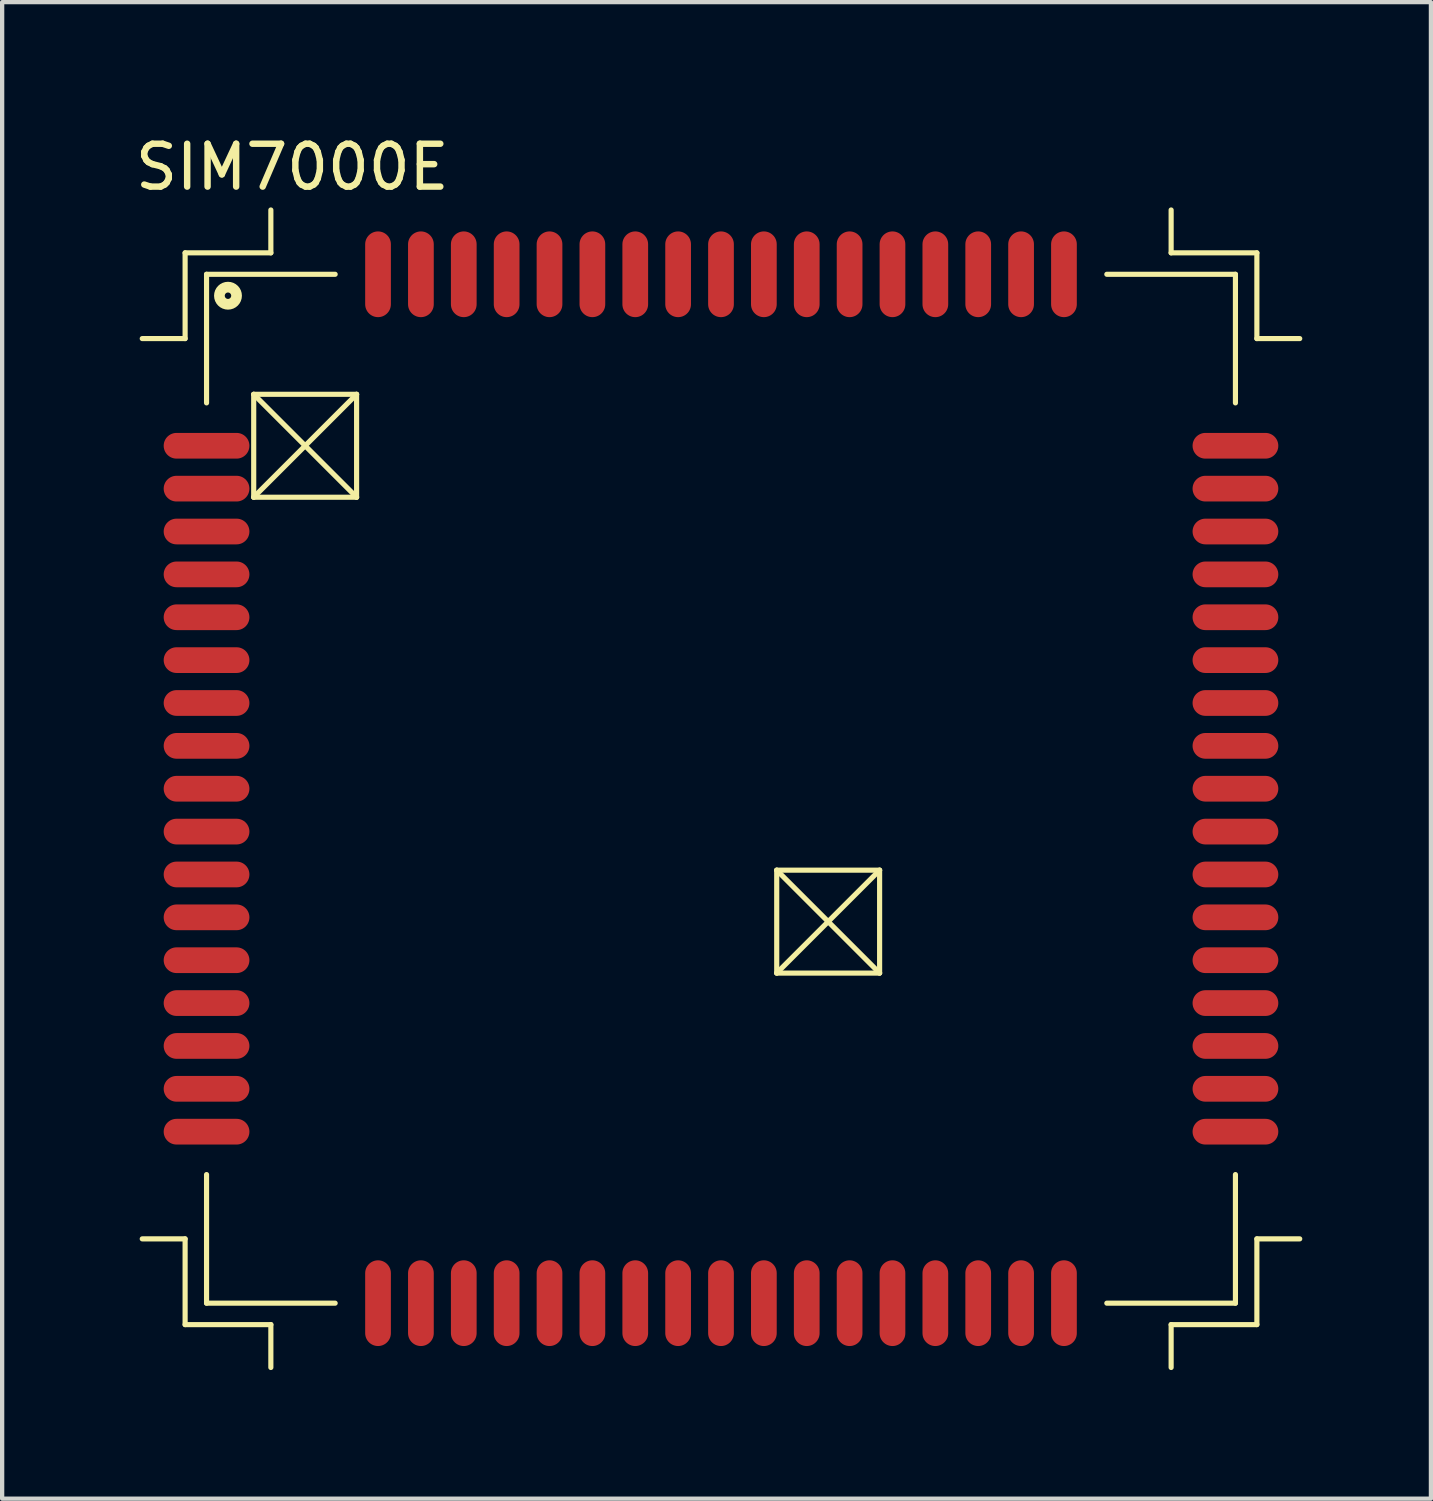
<source format=kicad_pcb>
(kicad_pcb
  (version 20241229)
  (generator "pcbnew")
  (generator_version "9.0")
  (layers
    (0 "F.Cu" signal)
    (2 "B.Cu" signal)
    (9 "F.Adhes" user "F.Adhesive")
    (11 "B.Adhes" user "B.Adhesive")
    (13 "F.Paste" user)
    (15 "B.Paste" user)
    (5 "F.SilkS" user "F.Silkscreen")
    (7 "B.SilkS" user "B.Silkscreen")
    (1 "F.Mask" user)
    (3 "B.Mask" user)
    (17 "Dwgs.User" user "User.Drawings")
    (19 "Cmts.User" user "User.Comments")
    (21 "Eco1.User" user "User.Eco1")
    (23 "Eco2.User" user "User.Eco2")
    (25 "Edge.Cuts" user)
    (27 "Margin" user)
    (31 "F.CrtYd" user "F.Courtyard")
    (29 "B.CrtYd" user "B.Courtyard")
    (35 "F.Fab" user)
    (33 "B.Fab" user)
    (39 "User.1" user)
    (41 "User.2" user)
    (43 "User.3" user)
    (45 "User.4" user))
  (footprint "SIM7000E"
    (layer "F.Cu")
    (at 13.768 15.348)
    (property "Reference" "SIM7000E" (at -10 -14.5 0) (layer "F.SilkS") (effects (font (size 1 1) (thickness 0.15))))
    (attr through_hole)
    (fp_line (start -12.5 -12.5) (end -12.5 -10.5) (stroke (width 0.12) (type solid)) (layer "F.SilkS"))
    (fp_line (start -12.5 -12.5) (end -10.5 -12.5) (stroke (width 0.12) (type solid)) (layer "F.SilkS"))
    (fp_line (start -12.5 -10.5) (end -13.5 -10.5) (stroke (width 0.12) (type solid)) (layer "F.SilkS"))
    (fp_line (start -12.5 10.5) (end -13.5 10.5) (stroke (width 0.12) (type solid)) (layer "F.SilkS"))
    (fp_line (start -12.5 12.5) (end -12.5 10.5) (stroke (width 0.12) (type solid)) (layer "F.SilkS"))
    (fp_line (start -12 -12) (end -12 -9) (stroke (width 0.12) (type solid)) (layer "F.SilkS"))
    (fp_line (start -12 -12) (end -9 -12) (stroke (width 0.12) (type solid)) (layer "F.SilkS"))
    (fp_line (start -12 9) (end -12 12) (stroke (width 0.12) (type solid)) (layer "F.SilkS"))
    (fp_line (start -12 12) (end -9 12) (stroke (width 0.12) (type solid)) (layer "F.SilkS"))
    (fp_line (start -10.9 -9.2) (end -10.9 -6.8) (stroke (width 0.12) (type solid)) (layer "F.SilkS"))
    (fp_line (start -10.9 -9.2) (end -8.5 -9.2) (stroke (width 0.12) (type solid)) (layer "F.SilkS"))
    (fp_line (start -10.9 -9.2) (end -8.5 -6.8) (stroke (width 0.12) (type solid)) (layer "F.SilkS"))
    (fp_line (start -10.9 -6.8) (end -8.5 -9.2) (stroke (width 0.12) (type solid)) (layer "F.SilkS"))
    (fp_line (start -10.9 -6.8) (end -8.5 -6.8) (stroke (width 0.12) (type solid)) (layer "F.SilkS"))
    (fp_line (start -10.5 -12.5) (end -10.5 -13.5) (stroke (width 0.12) (type solid)) (layer "F.SilkS"))
    (fp_line (start -10.5 12.5) (end -12.5 12.5) (stroke (width 0.12) (type solid)) (layer "F.SilkS"))
    (fp_line (start -10.5 12.5) (end -10.5 13.5) (stroke (width 0.12) (type solid)) (layer "F.SilkS"))
    (fp_line (start -8.5 -6.8) (end -8.5 -9.2) (stroke (width 0.12) (type solid)) (layer "F.SilkS"))
    (fp_line (start 1.3 1.9) (end 1.3 4.3) (stroke (width 0.12) (type solid)) (layer "F.SilkS"))
    (fp_line (start 1.3 1.9) (end 3.7 1.9) (stroke (width 0.12) (type solid)) (layer "F.SilkS"))
    (fp_line (start 1.3 1.9) (end 3.7 4.3) (stroke (width 0.12) (type solid)) (layer "F.SilkS"))
    (fp_line (start 1.3 4.3) (end 3.7 1.9) (stroke (width 0.12) (type solid)) (layer "F.SilkS"))
    (fp_line (start 1.3 4.3) (end 3.7 4.3) (stroke (width 0.12) (type solid)) (layer "F.SilkS"))
    (fp_line (start 3.7 4.3) (end 3.7 1.9) (stroke (width 0.12) (type solid)) (layer "F.SilkS"))
    (fp_line (start 9 -12) (end 12 -12) (stroke (width 0.12) (type solid)) (layer "F.SilkS"))
    (fp_line (start 9 12) (end 12 12) (stroke (width 0.12) (type solid)) (layer "F.SilkS"))
    (fp_line (start 10.5 -12.5) (end 10.5 -13.5) (stroke (width 0.12) (type solid)) (layer "F.SilkS"))
    (fp_line (start 10.5 -12.5) (end 12.5 -12.5) (stroke (width 0.12) (type solid)) (layer "F.SilkS"))
    (fp_line (start 10.5 12.5) (end 10.5 13.5) (stroke (width 0.12) (type solid)) (layer "F.SilkS"))
    (fp_line (start 12 -12) (end 12 -9) (stroke (width 0.12) (type solid)) (layer "F.SilkS"))
    (fp_line (start 12 12) (end 12 9) (stroke (width 0.12) (type solid)) (layer "F.SilkS"))
    (fp_line (start 12.5 -12.5) (end 12.5 -10.5) (stroke (width 0.12) (type solid)) (layer "F.SilkS"))
    (fp_line (start 12.5 -10.5) (end 13.5 -10.5) (stroke (width 0.12) (type solid)) (layer "F.SilkS"))
    (fp_line (start 12.5 10.5) (end 12.5 12.5) (stroke (width 0.12) (type solid)) (layer "F.SilkS"))
    (fp_line (start 12.5 10.5) (end 13.5 10.5) (stroke (width 0.12) (type solid)) (layer "F.SilkS"))
    (fp_line (start 12.5 12.5) (end 10.5 12.5) (stroke (width 0.12) (type solid)) (layer "F.SilkS"))
    (fp_circle (center -11.5 -11.5) (end -11.3 -11.5) (stroke (width 0.25) (type solid)) (fill no) (layer "F.SilkS"))
    (pad "1" smd oval (at -12 -8) (size 2 0.6) (layers "F.Cu" "F.Mask" "F.Paste"))
    (pad "2" smd oval (at -12 -7) (size 2 0.6) (layers "F.Cu" "F.Mask" "F.Paste"))
    (pad "3" smd oval (at -12 -6) (size 2 0.6) (layers "F.Cu" "F.Mask" "F.Paste"))
    (pad "4" smd oval (at -12 -5) (size 2 0.6) (layers "F.Cu" "F.Mask" "F.Paste"))
    (pad "5" smd oval (at -12 -4) (size 2 0.6) (layers "F.Cu" "F.Mask" "F.Paste"))
    (pad "6" smd oval (at -12 -3) (size 2 0.6) (layers "F.Cu" "F.Mask" "F.Paste"))
    (pad "7" smd oval (at -12 -2) (size 2 0.6) (layers "F.Cu" "F.Mask" "F.Paste"))
    (pad "8" smd oval (at -12 -1) (size 2 0.6) (layers "F.Cu" "F.Mask" "F.Paste"))
    (pad "9" smd oval (at -12 0) (size 2 0.6) (layers "F.Cu" "F.Mask" "F.Paste"))
    (pad "10" smd oval (at -12 1) (size 2 0.6) (layers "F.Cu" "F.Mask" "F.Paste"))
    (pad "11" smd oval (at -12 2) (size 2 0.6) (layers "F.Cu" "F.Mask" "F.Paste"))
    (pad "12" smd oval (at -12 3) (size 2 0.6) (layers "F.Cu" "F.Mask" "F.Paste"))
    (pad "13" smd oval (at -12 4) (size 2 0.6) (layers "F.Cu" "F.Mask" "F.Paste"))
    (pad "14" smd oval (at -12 5) (size 2 0.6) (layers "F.Cu" "F.Mask" "F.Paste"))
    (pad "15" smd oval (at -12 6) (size 2 0.6) (layers "F.Cu" "F.Mask" "F.Paste"))
    (pad "16" smd oval (at -12 7) (size 2 0.6) (layers "F.Cu" "F.Mask" "F.Paste"))
    (pad "17" smd oval (at -12 8) (size 2 0.6) (layers "F.Cu" "F.Mask" "F.Paste"))
    (pad "18" smd oval (at -8 12 90) (size 2 0.6) (layers "F.Cu" "F.Mask" "F.Paste"))
    (pad "19" smd oval (at -7 12 90) (size 2 0.6) (layers "F.Cu" "F.Mask" "F.Paste"))
    (pad "20" smd oval (at -6 12 90) (size 2 0.6) (layers "F.Cu" "F.Mask" "F.Paste"))
    (pad "21" smd oval (at -5 12 90) (size 2 0.6) (layers "F.Cu" "F.Mask" "F.Paste"))
    (pad "22" smd oval (at -4 12 90) (size 2 0.6) (layers "F.Cu" "F.Mask" "F.Paste"))
    (pad "23" smd oval (at -3 12 90) (size 2 0.6) (layers "F.Cu" "F.Mask" "F.Paste"))
    (pad "24" smd oval (at -2 12 90) (size 2 0.6) (layers "F.Cu" "F.Mask" "F.Paste"))
    (pad "25" smd oval (at -1 12 90) (size 2 0.6) (layers "F.Cu" "F.Mask" "F.Paste"))
    (pad "26" smd oval (at 0 12 90) (size 2 0.6) (layers "F.Cu" "F.Mask" "F.Paste"))
    (pad "27" smd oval (at 1 12 90) (size 2 0.6) (layers "F.Cu" "F.Mask" "F.Paste"))
    (pad "28" smd oval (at 2 12 90) (size 2 0.6) (layers "F.Cu" "F.Mask" "F.Paste"))
    (pad "29" smd oval (at 3 12 90) (size 2 0.6) (layers "F.Cu" "F.Mask" "F.Paste"))
    (pad "30" smd oval (at 4 12 90) (size 2 0.6) (layers "F.Cu" "F.Mask" "F.Paste"))
    (pad "31" smd oval (at 5 12 90) (size 2 0.6) (layers "F.Cu" "F.Mask" "F.Paste"))
    (pad "32" smd oval (at 6 12 90) (size 2 0.6) (layers "F.Cu" "F.Mask" "F.Paste"))
    (pad "33" smd oval (at 7 12 90) (size 2 0.6) (layers "F.Cu" "F.Mask" "F.Paste"))
    (pad "34" smd oval (at 8 12 90) (size 2 0.6) (layers "F.Cu" "F.Mask" "F.Paste"))
    (pad "35" smd oval (at 12 8) (size 2 0.6) (layers "F.Cu" "F.Mask" "F.Paste"))
    (pad "36" smd oval (at 12 7) (size 2 0.6) (layers "F.Cu" "F.Mask" "F.Paste"))
    (pad "37" smd oval (at 12 6) (size 2 0.6) (layers "F.Cu" "F.Mask" "F.Paste"))
    (pad "38" smd oval (at 12 5) (size 2 0.6) (layers "F.Cu" "F.Mask" "F.Paste"))
    (pad "39" smd oval (at 12 4) (size 2 0.6) (layers "F.Cu" "F.Mask" "F.Paste"))
    (pad "40" smd oval (at 12 3) (size 2 0.6) (layers "F.Cu" "F.Mask" "F.Paste"))
    (pad "41" smd oval (at 12 2) (size 2 0.6) (layers "F.Cu" "F.Mask" "F.Paste"))
    (pad "42" smd oval (at 12 1) (size 2 0.6) (layers "F.Cu" "F.Mask" "F.Paste"))
    (pad "43" smd oval (at 12 0) (size 2 0.6) (layers "F.Cu" "F.Mask" "F.Paste"))
    (pad "44" smd oval (at 12 -1) (size 2 0.6) (layers "F.Cu" "F.Mask" "F.Paste"))
    (pad "45" smd oval (at 12 -2) (size 2 0.6) (layers "F.Cu" "F.Mask" "F.Paste"))
    (pad "46" smd oval (at 12 -3) (size 2 0.6) (layers "F.Cu" "F.Mask" "F.Paste"))
    (pad "47" smd oval (at 12 -4) (size 2 0.6) (layers "F.Cu" "F.Mask" "F.Paste"))
    (pad "48" smd oval (at 12 -5) (size 2 0.6) (layers "F.Cu" "F.Mask" "F.Paste"))
    (pad "49" smd oval (at 12 -6) (size 2 0.6) (layers "F.Cu" "F.Mask" "F.Paste"))
    (pad "50" smd oval (at 12 -7) (size 2 0.6) (layers "F.Cu" "F.Mask" "F.Paste"))
    (pad "51" smd oval (at 12 -8) (size 2 0.6) (layers "F.Cu" "F.Mask" "F.Paste"))
    (pad "52" smd oval (at 8 -12 90) (size 2 0.6) (layers "F.Cu" "F.Mask" "F.Paste"))
    (pad "53" smd oval (at 7 -12 90) (size 2 0.6) (layers "F.Cu" "F.Mask" "F.Paste"))
    (pad "54" smd oval (at 6 -12 90) (size 2 0.6) (layers "F.Cu" "F.Mask" "F.Paste"))
    (pad "55" smd oval (at 5 -12 90) (size 2 0.6) (layers "F.Cu" "F.Mask" "F.Paste"))
    (pad "56" smd oval (at 4 -12 90) (size 2 0.6) (layers "F.Cu" "F.Mask" "F.Paste"))
    (pad "57" smd oval (at 3 -12 90) (size 2 0.6) (layers "F.Cu" "F.Mask" "F.Paste"))
    (pad "58" smd oval (at 2 -12 90) (size 2 0.6) (layers "F.Cu" "F.Mask" "F.Paste"))
    (pad "59" smd oval (at 1 -12 90) (size 2 0.6) (layers "F.Cu" "F.Mask" "F.Paste"))
    (pad "60" smd oval (at 0 -12 90) (size 2 0.6) (layers "F.Cu" "F.Mask" "F.Paste"))
    (pad "61" smd oval (at -1 -12 90) (size 2 0.6) (layers "F.Cu" "F.Mask" "F.Paste"))
    (pad "62" smd oval (at -2 -12 90) (size 2 0.6) (layers "F.Cu" "F.Mask" "F.Paste"))
    (pad "63" smd oval (at -3 -12 90) (size 2 0.6) (layers "F.Cu" "F.Mask" "F.Paste"))
    (pad "64" smd oval (at -4 -12 90) (size 2 0.6) (layers "F.Cu" "F.Mask" "F.Paste"))
    (pad "65" smd oval (at -5 -12 90) (size 2 0.6) (layers "F.Cu" "F.Mask" "F.Paste"))
    (pad "66" smd oval (at -6 -12 90) (size 2 0.6) (layers "F.Cu" "F.Mask" "F.Paste"))
    (pad "67" smd oval (at -7 -12 90) (size 2 0.6) (layers "F.Cu" "F.Mask" "F.Paste"))
    (pad "68" smd oval (at -8 -12 90) (size 2 0.6) (layers "F.Cu" "F.Mask" "F.Paste")))
  (gr_rect
    (start -3 -3)
    (end 30.328 31.908)
    (stroke (width 0.1) (type default))
    (fill no)
    (layer "Edge.Cuts")))
</source>
